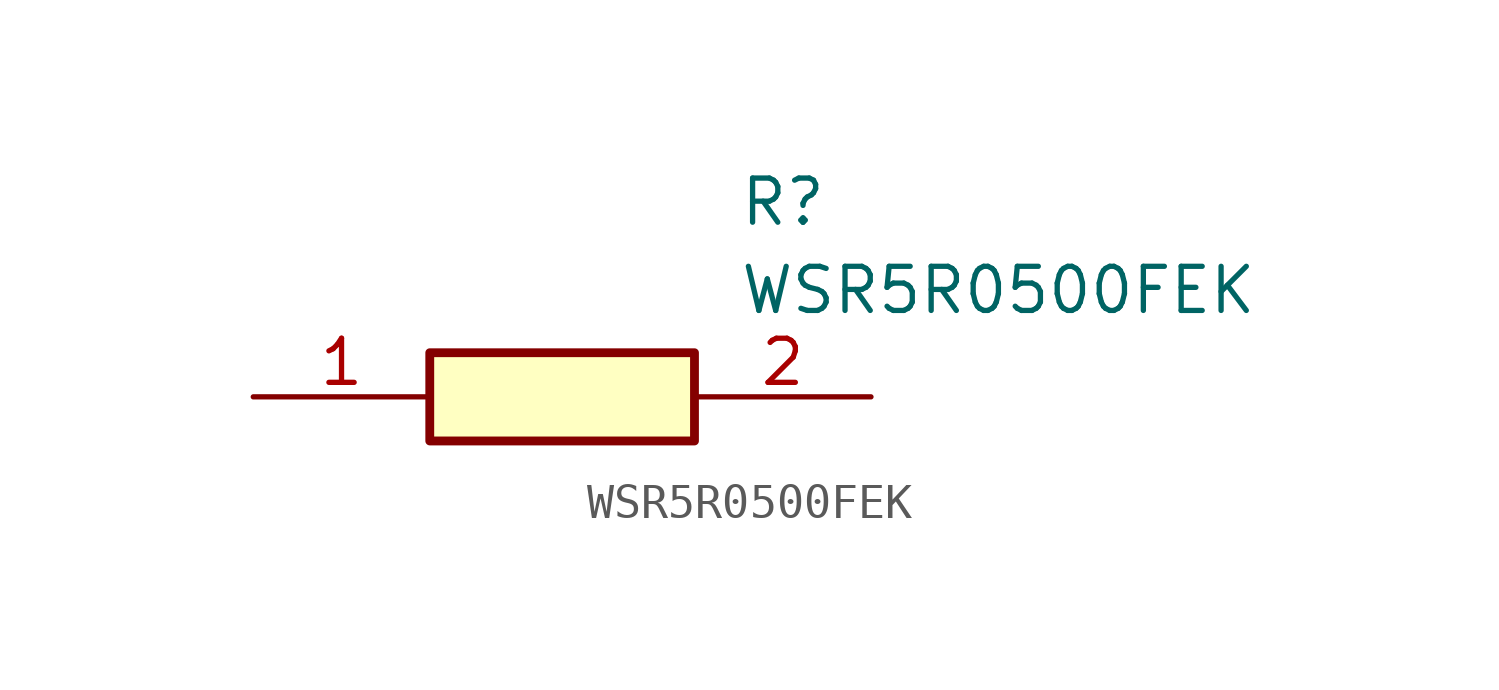
<source format=kicad_sym>
(kicad_symbol_lib
  (version 20211014)
  (generator SamacSys_ECAD_Model)
  (symbol "WSR5R0500FEK"
    (pin_names hide)
    (property "Reference" "R"
      (at 13.97 6.35 0)
      (effects (font (size 1.27 1.27)) (justify left top)))
    (property "Value" "WSR5R0500FEK"
      (at 13.97 3.81 0)
      (effects (font (size 1.27 1.27)) (justify left top)))
    (rectangle
      (start 5.08 1.27)
      (end 12.7 -1.27)
      (stroke (width 0.254) (type default))
      (fill (type background)))
    (pin passive line
      (at 0 0 0)
      (length 5.08)
      (name "1" (effects (font (size 1.27 1.27))))
      (number "1" (effects (font (size 1.27 1.27)))))
    (pin passive line
      (at 17.78 0 180)
      (length 5.08)
      (name "2" (effects (font (size 1.27 1.27))))
      (number "2" (effects (font (size 1.27 1.27)))))))
</source>
